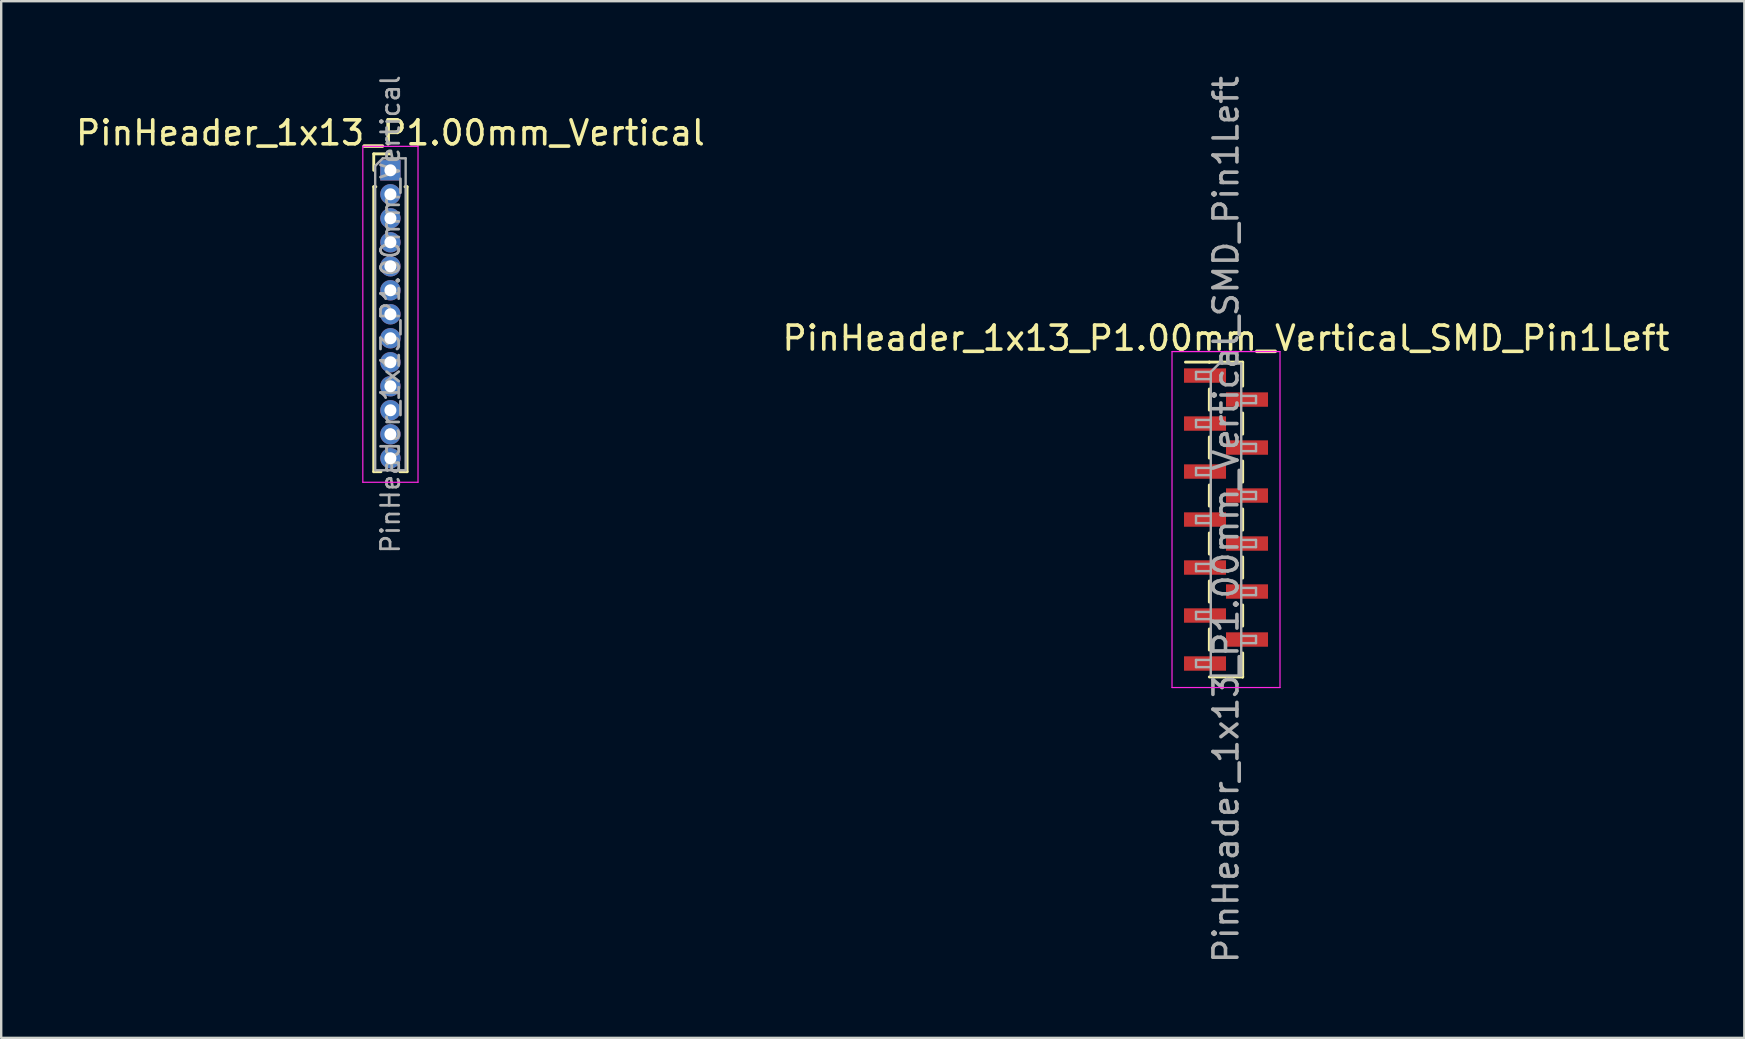
<source format=kicad_pcb>
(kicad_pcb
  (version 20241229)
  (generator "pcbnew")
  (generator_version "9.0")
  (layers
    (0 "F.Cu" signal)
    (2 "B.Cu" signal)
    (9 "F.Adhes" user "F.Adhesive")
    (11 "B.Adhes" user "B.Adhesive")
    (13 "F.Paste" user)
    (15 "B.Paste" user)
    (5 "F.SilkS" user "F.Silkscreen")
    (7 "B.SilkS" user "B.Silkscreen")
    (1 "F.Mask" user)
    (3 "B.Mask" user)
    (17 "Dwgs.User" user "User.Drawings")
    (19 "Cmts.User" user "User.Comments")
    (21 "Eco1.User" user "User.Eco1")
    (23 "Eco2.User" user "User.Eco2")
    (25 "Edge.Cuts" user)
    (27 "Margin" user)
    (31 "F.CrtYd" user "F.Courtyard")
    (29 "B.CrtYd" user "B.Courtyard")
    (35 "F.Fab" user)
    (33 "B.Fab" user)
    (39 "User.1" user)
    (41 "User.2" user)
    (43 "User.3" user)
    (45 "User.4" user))
  (footprint "PinHeader_1x13_P1.00mm_Vertical_SMD_Pin1Left"
    (layer "F.Cu")
    (at 48.042 18.601)
    (property "Reference" "PinHeader_1x13_P1.00mm_Vertical_SMD_Pin1Left" (at 0 -7.56 0) (layer "F.SilkS") (effects (font (size 1 1) (thickness 0.15))))
    (attr smd)
    (fp_line (start -0.695 -6.56) (end -1.69 -6.56) (stroke (width 0.12) (type solid)) (layer "F.SilkS"))
    (fp_line (start -0.695 -6.56) (end -0.695 -6.56) (stroke (width 0.12) (type solid)) (layer "F.SilkS"))
    (fp_line (start -0.695 -6.56) (end 0.695 -6.56) (stroke (width 0.12) (type solid)) (layer "F.SilkS"))
    (fp_line (start -0.695 -5.44) (end -0.695 -4.56) (stroke (width 0.12) (type solid)) (layer "F.SilkS"))
    (fp_line (start -0.695 -3.44) (end -0.695 -2.56) (stroke (width 0.12) (type solid)) (layer "F.SilkS"))
    (fp_line (start -0.695 -1.44) (end -0.695 -0.56) (stroke (width 0.12) (type solid)) (layer "F.SilkS"))
    (fp_line (start -0.695 0.56) (end -0.695 1.44) (stroke (width 0.12) (type solid)) (layer "F.SilkS"))
    (fp_line (start -0.695 2.56) (end -0.695 3.44) (stroke (width 0.12) (type solid)) (layer "F.SilkS"))
    (fp_line (start -0.695 4.56) (end -0.695 5.44) (stroke (width 0.12) (type solid)) (layer "F.SilkS"))
    (fp_line (start -0.695 6.56) (end 0.695 6.56) (stroke (width 0.12) (type solid)) (layer "F.SilkS"))
    (fp_line (start 0.695 -6.56) (end 0.695 -5.56) (stroke (width 0.12) (type solid)) (layer "F.SilkS"))
    (fp_line (start 0.695 -4.44) (end 0.695 -3.56) (stroke (width 0.12) (type solid)) (layer "F.SilkS"))
    (fp_line (start 0.695 -2.44) (end 0.695 -1.56) (stroke (width 0.12) (type solid)) (layer "F.SilkS"))
    (fp_line (start 0.695 -0.44) (end 0.695 0.44) (stroke (width 0.12) (type solid)) (layer "F.SilkS"))
    (fp_line (start 0.695 1.56) (end 0.695 2.44) (stroke (width 0.12) (type solid)) (layer "F.SilkS"))
    (fp_line (start 0.695 3.56) (end 0.695 4.44) (stroke (width 0.12) (type solid)) (layer "F.SilkS"))
    (fp_line (start 0.695 5.56) (end 0.695 6.56) (stroke (width 0.12) (type solid)) (layer "F.SilkS"))
    (fp_line (start 0.695 6.56) (end 0.695 6.56) (stroke (width 0.12) (type solid)) (layer "F.SilkS"))
    (fp_line (start -2.25 -7) (end -2.25 7) (stroke (width 0.05) (type solid)) (layer "F.CrtYd"))
    (fp_line (start -2.25 7) (end 2.25 7) (stroke (width 0.05) (type solid)) (layer "F.CrtYd"))
    (fp_line (start 2.25 -7) (end -2.25 -7) (stroke (width 0.05) (type solid)) (layer "F.CrtYd"))
    (fp_line (start 2.25 7) (end 2.25 -7) (stroke (width 0.05) (type solid)) (layer "F.CrtYd"))
    (fp_line (start -1.25 -6.15) (end -1.25 -5.85) (stroke (width 0.1) (type solid)) (layer "F.Fab"))
    (fp_line (start -1.25 -5.85) (end -0.635 -5.85) (stroke (width 0.1) (type solid)) (layer "F.Fab"))
    (fp_line (start -1.25 -4.15) (end -1.25 -3.85) (stroke (width 0.1) (type solid)) (layer "F.Fab"))
    (fp_line (start -1.25 -3.85) (end -0.635 -3.85) (stroke (width 0.1) (type solid)) (layer "F.Fab"))
    (fp_line (start -1.25 -2.15) (end -1.25 -1.85) (stroke (width 0.1) (type solid)) (layer "F.Fab"))
    (fp_line (start -1.25 -1.85) (end -0.635 -1.85) (stroke (width 0.1) (type solid)) (layer "F.Fab"))
    (fp_line (start -1.25 -0.15) (end -1.25 0.15) (stroke (width 0.1) (type solid)) (layer "F.Fab"))
    (fp_line (start -1.25 0.15) (end -0.635 0.15) (stroke (width 0.1) (type solid)) (layer "F.Fab"))
    (fp_line (start -1.25 1.85) (end -1.25 2.15) (stroke (width 0.1) (type solid)) (layer "F.Fab"))
    (fp_line (start -1.25 2.15) (end -0.635 2.15) (stroke (width 0.1) (type solid)) (layer "F.Fab"))
    (fp_line (start -1.25 3.85) (end -1.25 4.15) (stroke (width 0.1) (type solid)) (layer "F.Fab"))
    (fp_line (start -1.25 4.15) (end -0.635 4.15) (stroke (width 0.1) (type solid)) (layer "F.Fab"))
    (fp_line (start -1.25 5.85) (end -1.25 6.15) (stroke (width 0.1) (type solid)) (layer "F.Fab"))
    (fp_line (start -1.25 6.15) (end -0.635 6.15) (stroke (width 0.1) (type solid)) (layer "F.Fab"))
    (fp_line (start -0.635 -6.15) (end -1.25 -6.15) (stroke (width 0.1) (type solid)) (layer "F.Fab"))
    (fp_line (start -0.635 -6.15) (end -0.285 -6.5) (stroke (width 0.1) (type solid)) (layer "F.Fab"))
    (fp_line (start -0.635 -4.15) (end -1.25 -4.15) (stroke (width 0.1) (type solid)) (layer "F.Fab"))
    (fp_line (start -0.635 -2.15) (end -1.25 -2.15) (stroke (width 0.1) (type solid)) (layer "F.Fab"))
    (fp_line (start -0.635 -0.15) (end -1.25 -0.15) (stroke (width 0.1) (type solid)) (layer "F.Fab"))
    (fp_line (start -0.635 1.85) (end -1.25 1.85) (stroke (width 0.1) (type solid)) (layer "F.Fab"))
    (fp_line (start -0.635 3.85) (end -1.25 3.85) (stroke (width 0.1) (type solid)) (layer "F.Fab"))
    (fp_line (start -0.635 5.85) (end -1.25 5.85) (stroke (width 0.1) (type solid)) (layer "F.Fab"))
    (fp_line (start -0.635 6.5) (end -0.635 -6.15) (stroke (width 0.1) (type solid)) (layer "F.Fab"))
    (fp_line (start -0.285 -6.5) (end 0.635 -6.5) (stroke (width 0.1) (type solid)) (layer "F.Fab"))
    (fp_line (start 0.635 -6.5) (end 0.635 6.5) (stroke (width 0.1) (type solid)) (layer "F.Fab"))
    (fp_line (start 0.635 -5.15) (end 1.25 -5.15) (stroke (width 0.1) (type solid)) (layer "F.Fab"))
    (fp_line (start 0.635 -3.15) (end 1.25 -3.15) (stroke (width 0.1) (type solid)) (layer "F.Fab"))
    (fp_line (start 0.635 -1.15) (end 1.25 -1.15) (stroke (width 0.1) (type solid)) (layer "F.Fab"))
    (fp_line (start 0.635 0.85) (end 1.25 0.85) (stroke (width 0.1) (type solid)) (layer "F.Fab"))
    (fp_line (start 0.635 2.85) (end 1.25 2.85) (stroke (width 0.1) (type solid)) (layer "F.Fab"))
    (fp_line (start 0.635 4.85) (end 1.25 4.85) (stroke (width 0.1) (type solid)) (layer "F.Fab"))
    (fp_line (start 0.635 6.5) (end -0.635 6.5) (stroke (width 0.1) (type solid)) (layer "F.Fab"))
    (fp_line (start 1.25 -5.15) (end 1.25 -4.85) (stroke (width 0.1) (type solid)) (layer "F.Fab"))
    (fp_line (start 1.25 -4.85) (end 0.635 -4.85) (stroke (width 0.1) (type solid)) (layer "F.Fab"))
    (fp_line (start 1.25 -3.15) (end 1.25 -2.85) (stroke (width 0.1) (type solid)) (layer "F.Fab"))
    (fp_line (start 1.25 -2.85) (end 0.635 -2.85) (stroke (width 0.1) (type solid)) (layer "F.Fab"))
    (fp_line (start 1.25 -1.15) (end 1.25 -0.85) (stroke (width 0.1) (type solid)) (layer "F.Fab"))
    (fp_line (start 1.25 -0.85) (end 0.635 -0.85) (stroke (width 0.1) (type solid)) (layer "F.Fab"))
    (fp_line (start 1.25 0.85) (end 1.25 1.15) (stroke (width 0.1) (type solid)) (layer "F.Fab"))
    (fp_line (start 1.25 1.15) (end 0.635 1.15) (stroke (width 0.1) (type solid)) (layer "F.Fab"))
    (fp_line (start 1.25 2.85) (end 1.25 3.15) (stroke (width 0.1) (type solid)) (layer "F.Fab"))
    (fp_line (start 1.25 3.15) (end 0.635 3.15) (stroke (width 0.1) (type solid)) (layer "F.Fab"))
    (fp_line (start 1.25 4.85) (end 1.25 5.15) (stroke (width 0.1) (type solid)) (layer "F.Fab"))
    (fp_line (start 1.25 5.15) (end 0.635 5.15) (stroke (width 0.1) (type solid)) (layer "F.Fab"))
    (fp_text user "${REFERENCE}" (at 0 0 90) (layer "F.Fab") (effects (font (size 1 1) (thickness 0.15))))
    (pad "1" smd rect (at -0.875 -6) (size 1.75 0.6) (layers "F.Cu" "F.Mask" "F.Paste"))
    (pad "2" smd rect (at 0.875 -5) (size 1.75 0.6) (layers "F.Cu" "F.Mask" "F.Paste"))
    (pad "3" smd rect (at -0.875 -4) (size 1.75 0.6) (layers "F.Cu" "F.Mask" "F.Paste"))
    (pad "4" smd rect (at 0.875 -3) (size 1.75 0.6) (layers "F.Cu" "F.Mask" "F.Paste"))
    (pad "5" smd rect (at -0.875 -2) (size 1.75 0.6) (layers "F.Cu" "F.Mask" "F.Paste"))
    (pad "6" smd rect (at 0.875 -1) (size 1.75 0.6) (layers "F.Cu" "F.Mask" "F.Paste"))
    (pad "7" smd rect (at -0.875 0) (size 1.75 0.6) (layers "F.Cu" "F.Mask" "F.Paste"))
    (pad "8" smd rect (at 0.875 1) (size 1.75 0.6) (layers "F.Cu" "F.Mask" "F.Paste"))
    (pad "9" smd rect (at -0.875 2) (size 1.75 0.6) (layers "F.Cu" "F.Mask" "F.Paste"))
    (pad "10" smd rect (at 0.875 3) (size 1.75 0.6) (layers "F.Cu" "F.Mask" "F.Paste"))
    (pad "11" smd rect (at -0.875 4) (size 1.75 0.6) (layers "F.Cu" "F.Mask" "F.Paste"))
    (pad "12" smd rect (at 0.875 5) (size 1.75 0.6) (layers "F.Cu" "F.Mask" "F.Paste"))
    (pad "13" smd rect (at -0.875 6) (size 1.75 0.6) (layers "F.Cu" "F.Mask" "F.Paste")))
  (footprint "PinHeader_1x13_P1.00mm_Vertical"
    (layer "F.Cu")
    (at 13.22 4.047)
    (property "Reference" "PinHeader_1x13_P1.00mm_Vertical" (at 0 -1.56 0) (layer "F.SilkS") (effects (font (size 1 1) (thickness 0.15))))
    (attr through_hole)
    (fp_line (start -0.695 -0.685) (end 0 -0.685) (stroke (width 0.12) (type solid)) (layer "F.SilkS"))
    (fp_line (start -0.695 0) (end -0.695 -0.685) (stroke (width 0.12) (type solid)) (layer "F.SilkS"))
    (fp_line (start -0.695 0.685) (end -0.695 12.56) (stroke (width 0.12) (type solid)) (layer "F.SilkS"))
    (fp_line (start -0.695 0.685) (end -0.608 0.685) (stroke (width 0.12) (type solid)) (layer "F.SilkS"))
    (fp_line (start -0.695 12.56) (end -0.394 12.56) (stroke (width 0.12) (type solid)) (layer "F.SilkS"))
    (fp_line (start 0.394 12.56) (end 0.695 12.56) (stroke (width 0.12) (type solid)) (layer "F.SilkS"))
    (fp_line (start 0.608 0.685) (end 0.695 0.685) (stroke (width 0.12) (type solid)) (layer "F.SilkS"))
    (fp_line (start 0.695 0.685) (end 0.695 12.56) (stroke (width 0.12) (type solid)) (layer "F.SilkS"))
    (fp_line (start -1.15 -1) (end -1.15 13) (stroke (width 0.05) (type solid)) (layer "F.CrtYd"))
    (fp_line (start -1.15 13) (end 1.15 13) (stroke (width 0.05) (type solid)) (layer "F.CrtYd"))
    (fp_line (start 1.15 -1) (end -1.15 -1) (stroke (width 0.05) (type solid)) (layer "F.CrtYd"))
    (fp_line (start 1.15 13) (end 1.15 -1) (stroke (width 0.05) (type solid)) (layer "F.CrtYd"))
    (fp_line (start -0.635 -0.182) (end -0.318 -0.5) (stroke (width 0.1) (type solid)) (layer "F.Fab"))
    (fp_line (start -0.635 12.5) (end -0.635 -0.182) (stroke (width 0.1) (type solid)) (layer "F.Fab"))
    (fp_line (start -0.318 -0.5) (end 0.635 -0.5) (stroke (width 0.1) (type solid)) (layer "F.Fab"))
    (fp_line (start 0.635 -0.5) (end 0.635 12.5) (stroke (width 0.1) (type solid)) (layer "F.Fab"))
    (fp_line (start 0.635 12.5) (end -0.635 12.5) (stroke (width 0.1) (type solid)) (layer "F.Fab"))
    (fp_text user "${REFERENCE}" (at 0 6 90) (layer "F.Fab") (effects (font (size 0.76 0.76) (thickness 0.114))))
    (pad "1" thru_hole rect (at 0 0) (size 0.85 0.85) (drill 0.5) (layers "*.Cu" "*.Mask"))
    (pad "2" thru_hole oval (at 0 1) (size 0.85 0.85) (drill 0.5) (layers "*.Cu" "*.Mask"))
    (pad "3" thru_hole oval (at 0 2) (size 0.85 0.85) (drill 0.5) (layers "*.Cu" "*.Mask"))
    (pad "4" thru_hole oval (at 0 3) (size 0.85 0.85) (drill 0.5) (layers "*.Cu" "*.Mask"))
    (pad "5" thru_hole oval (at 0 4) (size 0.85 0.85) (drill 0.5) (layers "*.Cu" "*.Mask"))
    (pad "6" thru_hole oval (at 0 5) (size 0.85 0.85) (drill 0.5) (layers "*.Cu" "*.Mask"))
    (pad "7" thru_hole oval (at 0 6) (size 0.85 0.85) (drill 0.5) (layers "*.Cu" "*.Mask"))
    (pad "8" thru_hole oval (at 0 7) (size 0.85 0.85) (drill 0.5) (layers "*.Cu" "*.Mask"))
    (pad "9" thru_hole oval (at 0 8) (size 0.85 0.85) (drill 0.5) (layers "*.Cu" "*.Mask"))
    (pad "10" thru_hole oval (at 0 9) (size 0.85 0.85) (drill 0.5) (layers "*.Cu" "*.Mask"))
    (pad "11" thru_hole oval (at 0 10) (size 0.85 0.85) (drill 0.5) (layers "*.Cu" "*.Mask"))
    (pad "12" thru_hole oval (at 0 11) (size 0.85 0.85) (drill 0.5) (layers "*.Cu" "*.Mask"))
    (pad "13" thru_hole oval (at 0 12) (size 0.85 0.85) (drill 0.5) (layers "*.Cu" "*.Mask")))
  (gr_rect
    (start -3 -3)
    (end 69.643 40.202)
    (stroke (width 0.1) (type default))
    (fill no)
    (layer "Edge.Cuts")))
</source>
